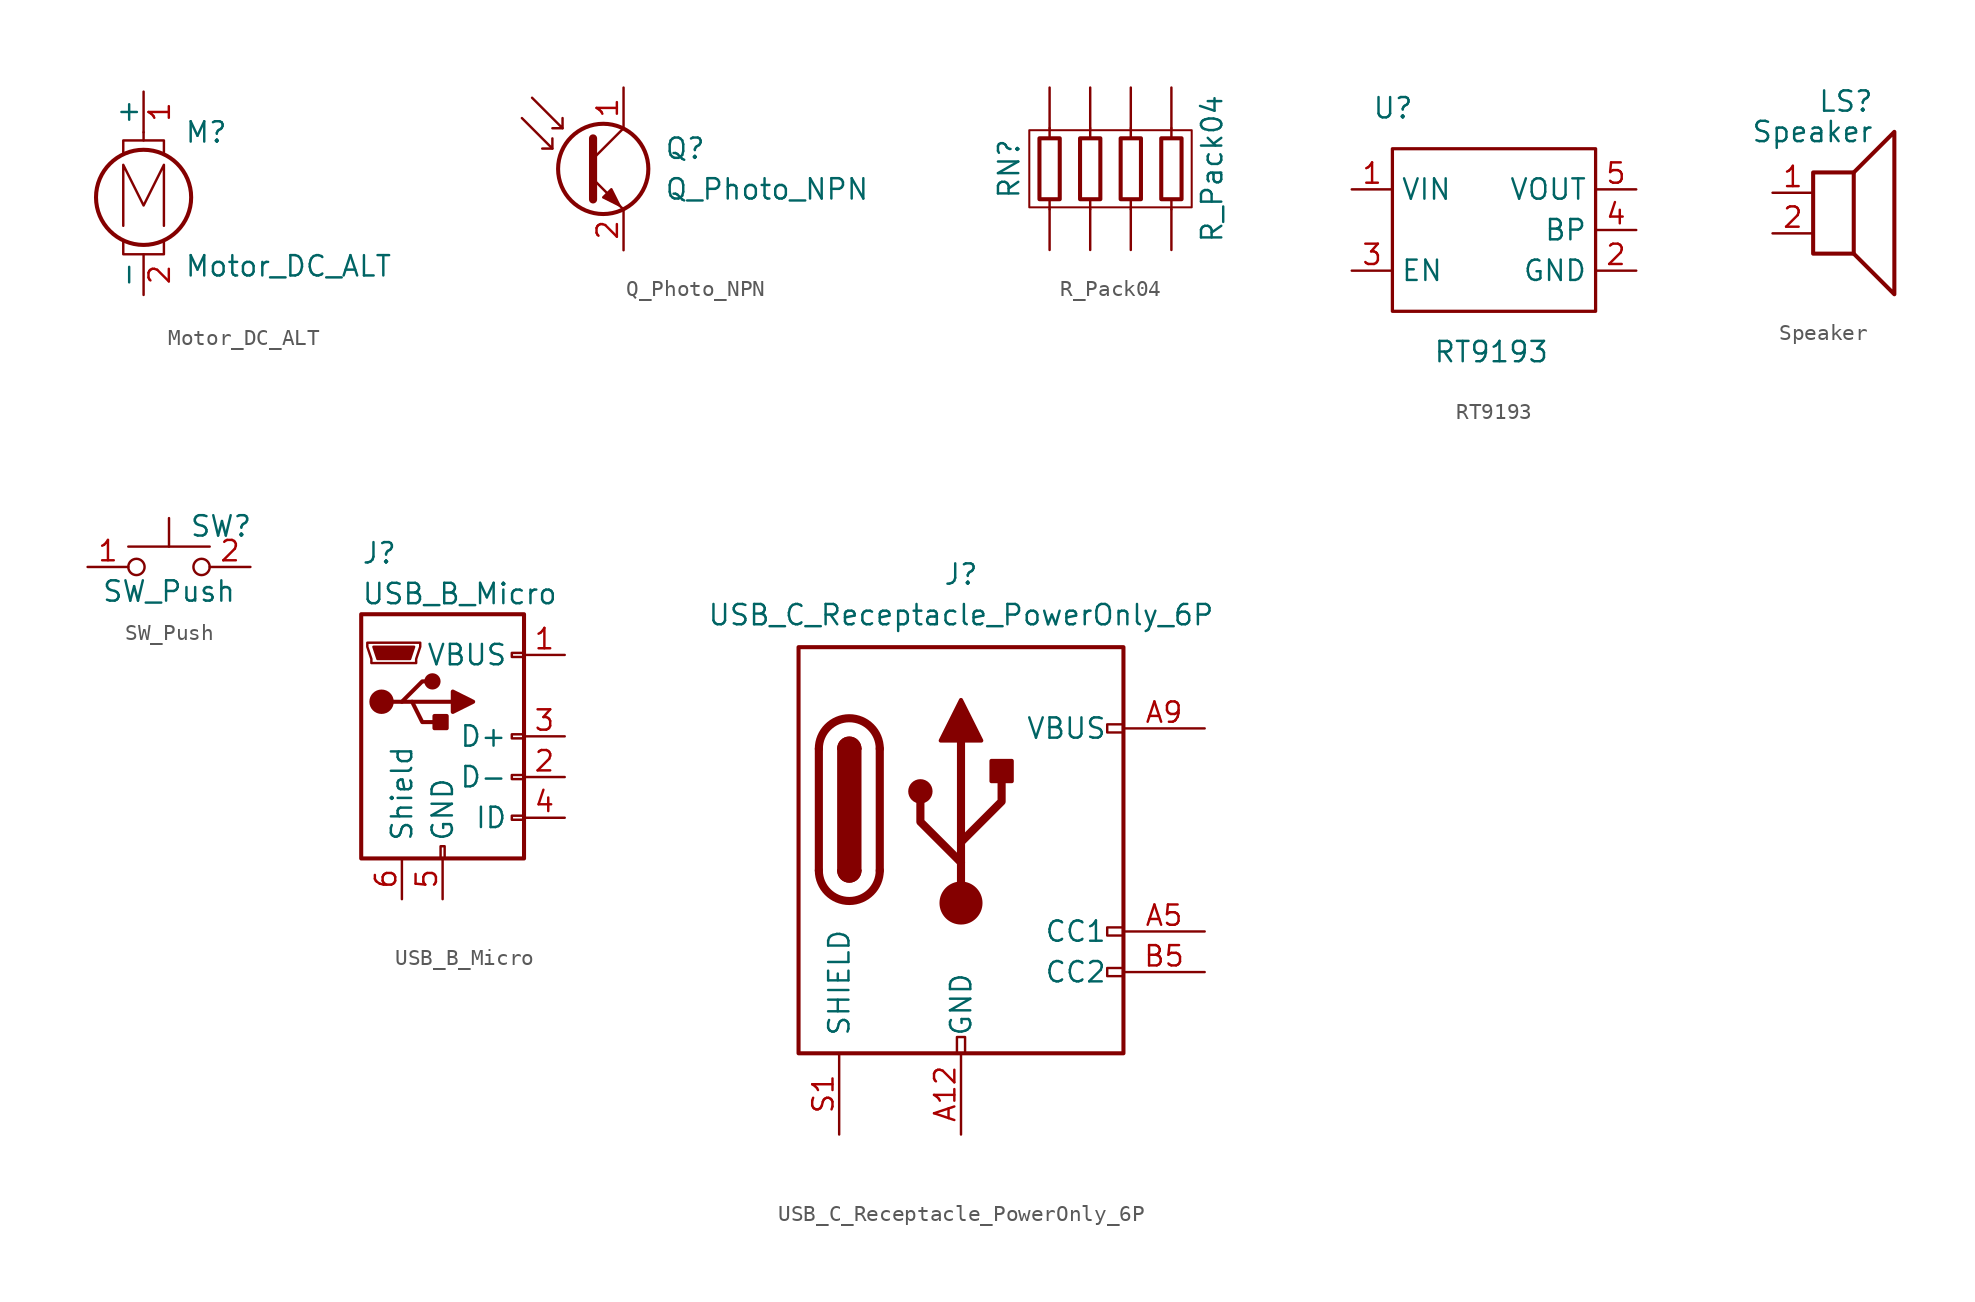
<source format=kicad_sym>
(kicad_symbol_lib
  (version 20231120)
  (generator "kicad_symbol_editor")
  (generator_version "8.0")
  (symbol "Motor_DC_ALT"
    (pin_names
      (offset 0))
    (property "Reference" "M"
      (at 2.54 2.54 0)
      (effects (font (size 1.27 1.27)) (justify left)))
    (property "Value" "Motor_DC_ALT"
      (at 2.54 -5.08 0)
      (effects (font (size 1.27 1.27)) (justify left top)))
    (symbol "Motor_DC_ALT_0_0"
      (circle (center 0 -1.524) (radius 2.972) (stroke (width 0.254) (type solid)) (fill (type none)))
      (polyline (pts (xy -1.27 -4.318) (xy -1.27 -5.08) (xy 1.27 -5.08) (xy 1.27 -4.318)) (stroke (width 0) (type solid)) (fill (type none)))
      (polyline (pts (xy -1.27 1.27) (xy -1.27 2.032) (xy 1.27 2.032) (xy 1.27 1.27)) (stroke (width 0) (type solid)) (fill (type none)))
      (polyline (pts (xy -1.27 -3.302) (xy -1.27 0.508) (xy 0 -2.032) (xy 1.27 0.508) (xy 1.27 -3.302)) (stroke (width 0) (type solid)) (fill (type none))))
    (symbol "Motor_DC_ALT_0_1"
      (polyline (pts (xy 0 2.032) (xy 0 2.54)) (stroke (width 0) (type solid)) (fill (type none))))
    (symbol "Motor_DC_ALT_1_1"
      (pin passive line (at 0 5.08 270) (length 2.54) (name "+" (effects (font (size 1.27 1.27)))) (number "1" (effects (font (size 1.27 1.27)))))
      (pin passive line (at 0 -7.62 90) (length 2.54) (name "-" (effects (font (size 1.27 1.27)))) (number "2" (effects (font (size 1.27 1.27)))))))
  (symbol "Q_Photo_NPN"
    (pin_names
      (offset 0) hide)
    (property "Reference" "Q"
      (at 3.81 1.27 0)
      (effects (font (size 1.27 1.27)) (justify left)))
    (property "Value" "Q_Photo_NPN"
      (at 3.81 -1.27 0)
      (effects (font (size 1.27 1.27)) (justify left)))
    (symbol "Q_Photo_NPN_0_1"
      (polyline (pts (xy -3.175 1.27) (xy -3.81 1.27)) (stroke (width 0) (type solid)) (fill (type none)))
      (polyline (pts (xy -2.54 2.54) (xy -3.175 2.54)) (stroke (width 0) (type solid)) (fill (type none)))
      (polyline (pts (xy -0.635 0.635) (xy 1.27 2.54)) (stroke (width 0) (type solid)) (fill (type none)))
      (polyline (pts (xy -5.08 3.175) (xy -3.175 1.27) (xy -3.175 1.905)) (stroke (width 0) (type solid)) (fill (type none)))
      (polyline (pts (xy -4.445 4.445) (xy -2.54 2.54) (xy -2.54 3.175)) (stroke (width 0) (type solid)) (fill (type none)))
      (polyline (pts (xy -0.635 -0.635) (xy 1.27 -2.54) (xy 1.27 -2.54)) (stroke (width 0) (type solid)) (fill (type none)))
      (polyline (pts (xy -0.635 1.905) (xy -0.635 -1.905) (xy -0.635 -1.905)) (stroke (width 0.508) (type solid)) (fill (type none)))
      (polyline (pts (xy 0 -1.778) (xy 0.508 -1.27) (xy 1.016 -2.286) (xy 0 -1.778) (xy 0 -1.778)) (stroke (width 0) (type solid)) (fill (type outline)))
      (circle (center 0 0) (radius 2.819) (stroke (width 0.254) (type solid)) (fill (type none))))
    (symbol "Q_Photo_NPN_1_1"
      (pin passive line (at 1.27 5.08 270) (length 2.54) (name "C" (effects (font (size 1.27 1.27)))) (number "1" (effects (font (size 1.27 1.27)))))
      (pin passive line (at 1.27 -5.08 90) (length 2.54) (name "E" (effects (font (size 1.27 1.27)))) (number "2" (effects (font (size 1.27 1.27)))))))
  (symbol "R_Pack04"
    (pin_numbers hide)
    (pin_names
      (offset 0) hide)
    (property "Reference" "RN"
      (at -7.62 0 90)
      (effects (font (size 1.27 1.27))))
    (property "Value" "R_Pack04"
      (at 5.08 0 90)
      (effects (font (size 1.27 1.27))))
    (symbol "R_Pack04_0_1"
      (rectangle (start -6.35 -2.413) (end 3.81 2.413) (stroke (width 0.127) (type solid)) (fill (type none)))
      (rectangle (start -5.715 1.905) (end -4.445 -1.905) (stroke (width 0.254) (type solid)) (fill (type none)))
      (rectangle (start -3.175 1.905) (end -1.905 -1.905) (stroke (width 0.254) (type solid)) (fill (type none)))
      (rectangle (start -0.635 1.905) (end 0.635 -1.905) (stroke (width 0.254) (type solid)) (fill (type none)))
      (polyline (pts (xy -5.08 -2.54) (xy -5.08 -1.905)) (stroke (width 0) (type solid)) (fill (type none)))
      (polyline (pts (xy -5.08 1.905) (xy -5.08 2.54)) (stroke (width 0) (type solid)) (fill (type none)))
      (polyline (pts (xy -2.54 -2.54) (xy -2.54 -1.905)) (stroke (width 0) (type solid)) (fill (type none)))
      (polyline (pts (xy -2.54 1.905) (xy -2.54 2.54)) (stroke (width 0) (type solid)) (fill (type none)))
      (polyline (pts (xy 0 -2.54) (xy 0 -1.905)) (stroke (width 0) (type solid)) (fill (type none)))
      (polyline (pts (xy 0 1.905) (xy 0 2.54)) (stroke (width 0) (type solid)) (fill (type none)))
      (polyline (pts (xy 2.54 -2.54) (xy 2.54 -1.905)) (stroke (width 0) (type solid)) (fill (type none)))
      (polyline (pts (xy 2.54 1.905) (xy 2.54 2.54)) (stroke (width 0) (type solid)) (fill (type none)))
      (rectangle (start 1.905 1.905) (end 3.175 -1.905) (stroke (width 0.254) (type solid)) (fill (type none))))
    (symbol "R_Pack04_1_1"
      (pin passive line (at -5.08 -5.08 90) (length 2.54) (name "R1.1" (effects (font (size 1.27 1.27)))) (number "1" (effects (font (size 1.27 1.27)))))
      (pin passive line (at -2.54 -5.08 90) (length 2.54) (name "R2.1" (effects (font (size 1.27 1.27)))) (number "2" (effects (font (size 1.27 1.27)))))
      (pin passive line (at 0 -5.08 90) (length 2.54) (name "R3.1" (effects (font (size 1.27 1.27)))) (number "3" (effects (font (size 1.27 1.27)))))
      (pin passive line (at 2.54 -5.08 90) (length 2.54) (name "R4.1" (effects (font (size 1.27 1.27)))) (number "4" (effects (font (size 1.27 1.27)))))
      (pin passive line (at 2.54 5.08 270) (length 2.54) (name "R4.2" (effects (font (size 1.27 1.27)))) (number "5" (effects (font (size 1.27 1.27)))))
      (pin passive line (at 0 5.08 270) (length 2.54) (name "R3.2" (effects (font (size 1.27 1.27)))) (number "6" (effects (font (size 1.27 1.27)))))
      (pin passive line (at -2.54 5.08 270) (length 2.54) (name "R2.2" (effects (font (size 1.27 1.27)))) (number "7" (effects (font (size 1.27 1.27)))))
      (pin passive line (at -5.08 5.08 270) (length 2.54) (name "R1.2" (effects (font (size 1.27 1.27)))) (number "8" (effects (font (size 1.27 1.27)))))))
  (symbol "RT9193"
    (property "Reference" "U"
      (at -7.62 7.62 0)
      (effects (font (size 1.27 1.27)) (justify left)))
    (property "Value" "RT9193"
      (at -3.81 -7.62 0)
      (effects (font (size 1.27 1.27)) (justify left)))
    (symbol "RT9193_0_0"
      (pin bidirectional line (at -8.89 2.54 0) (length 2.54) (name "VIN" (effects (font (size 1.27 1.27)))) (number "1" (effects (font (size 1.27 1.27)))))
      (pin bidirectional line (at 8.89 -2.54 180) (length 2.54) (name "GND" (effects (font (size 1.27 1.27)))) (number "2" (effects (font (size 1.27 1.27)))))
      (pin bidirectional line (at -8.89 -2.54 0) (length 2.54) (name "EN" (effects (font (size 1.27 1.27)))) (number "3" (effects (font (size 1.27 1.27)))))
      (pin bidirectional line (at 8.89 0 180) (length 2.54) (name "BP" (effects (font (size 1.27 1.27)))) (number "4" (effects (font (size 1.27 1.27)))))
      (pin bidirectional line (at 8.89 2.54 180) (length 2.54) (name "VOUT" (effects (font (size 1.27 1.27)))) (number "5" (effects (font (size 1.27 1.27))))))
    (symbol "RT9193_0_1"
      (polyline (pts (xy -6.35 5.08) (xy 6.35 5.08) (xy 6.35 -5.08) (xy -6.35 -5.08) (xy -6.35 5.08)) (stroke (width 0.203) (type solid)) (fill (type none)))))
  (symbol "Speaker"
    (pin_names
      (offset 0) hide)
    (property "Reference" "LS"
      (at 1.27 5.715 0)
      (effects (font (size 1.27 1.27)) (justify right)))
    (property "Value" "Speaker"
      (at 1.27 3.81 0)
      (effects (font (size 1.27 1.27)) (justify right)))
    (symbol "Speaker_0_0"
      (rectangle (start -2.54 1.27) (end 0 -3.81) (stroke (width 0.254) (type solid)) (fill (type none)))
      (polyline (pts (xy 0 1.27) (xy 2.54 3.81) (xy 2.54 -6.35) (xy 0 -3.81)) (stroke (width 0.254) (type solid)) (fill (type none))))
    (symbol "Speaker_1_1"
      (pin input line (at -5.08 0 0) (length 2.54) (name "1" (effects (font (size 1.27 1.27)))) (number "1" (effects (font (size 1.27 1.27)))))
      (pin input line (at -5.08 -2.54 0) (length 2.54) (name "2" (effects (font (size 1.27 1.27)))) (number "2" (effects (font (size 1.27 1.27)))))))
  (symbol "SW_Push"
    (pin_names
      (offset 1.016) hide)
    (property "Reference" "SW"
      (at 1.27 2.54 0)
      (effects (font (size 1.27 1.27)) (justify left)))
    (property "Value" "SW_Push"
      (at 0 -1.524 0)
      (effects (font (size 1.27 1.27))))
    (symbol "SW_Push_0_1"
      (circle (center -2.032 0) (radius 0.508) (stroke (width 0) (type solid)) (fill (type none)))
      (polyline (pts (xy 0 1.27) (xy 0 3.048)) (stroke (width 0) (type solid)) (fill (type none)))
      (polyline (pts (xy 2.54 1.27) (xy -2.54 1.27)) (stroke (width 0) (type solid)) (fill (type none)))
      (circle (center 2.032 0) (radius 0.508) (stroke (width 0) (type solid)) (fill (type none)))
      (pin passive line (at -5.08 0 0) (length 2.54) (name "1" (effects (font (size 1.27 1.27)))) (number "1" (effects (font (size 1.27 1.27)))))
      (pin passive line (at 5.08 0 180) (length 2.54) (name "2" (effects (font (size 1.27 1.27)))) (number "2" (effects (font (size 1.27 1.27)))))))
  (symbol "USB_B_Micro"
    (pin_names
      (offset 1.016))
    (property "Reference" "J"
      (at -5.08 11.43 0)
      (effects (font (size 1.27 1.27)) (justify left)))
    (property "Value" "USB_B_Micro"
      (at -5.08 8.89 0)
      (effects (font (size 1.27 1.27)) (justify left)))
    (symbol "USB_B_Micro_0_1"
      (rectangle (start -5.08 -7.62) (end 5.08 7.62) (stroke (width 0.254) (type solid)) (fill (type none)))
      (circle (center -3.81 2.159) (radius 0.635) (stroke (width 0.254) (type solid)) (fill (type outline)))
      (circle (center -0.635 3.429) (radius 0.381) (stroke (width 0.254) (type solid)) (fill (type outline)))
      (rectangle (start -0.127 -7.62) (end 0.127 -6.858) (stroke (width 0) (type solid)) (fill (type none)))
      (polyline (pts (xy -1.905 2.159) (xy 0.635 2.159)) (stroke (width 0.254) (type solid)) (fill (type none)))
      (polyline (pts (xy -3.175 2.159) (xy -2.54 2.159) (xy -1.27 3.429) (xy -0.635 3.429)) (stroke (width 0.254) (type solid)) (fill (type none)))
      (polyline (pts (xy -2.54 2.159) (xy -1.905 2.159) (xy -1.27 0.889) (xy 0 0.889)) (stroke (width 0.254) (type solid)) (fill (type none)))
      (polyline (pts (xy 0.635 2.794) (xy 0.635 1.524) (xy 1.905 2.159) (xy 0.635 2.794)) (stroke (width 0.254) (type solid)) (fill (type outline)))
      (polyline (pts (xy -4.318 5.588) (xy -1.778 5.588) (xy -2.032 4.826) (xy -4.064 4.826) (xy -4.318 5.588)) (stroke (width 0) (type solid)) (fill (type outline)))
      (polyline (pts (xy -4.699 5.842) (xy -4.699 5.588) (xy -4.445 4.826) (xy -4.445 4.572) (xy -1.651 4.572) (xy -1.651 4.826) (xy -1.397 5.588) (xy -1.397 5.842) (xy -4.699 5.842)) (stroke (width 0) (type solid)) (fill (type none)))
      (rectangle (start 0.254 1.27) (end -0.508 0.508) (stroke (width 0.254) (type solid)) (fill (type outline)))
      (rectangle (start 5.08 -5.207) (end 4.318 -4.953) (stroke (width 0) (type solid)) (fill (type none)))
      (rectangle (start 5.08 -2.667) (end 4.318 -2.413) (stroke (width 0) (type solid)) (fill (type none)))
      (rectangle (start 5.08 -0.127) (end 4.318 0.127) (stroke (width 0) (type solid)) (fill (type none)))
      (rectangle (start 5.08 4.953) (end 4.318 5.207) (stroke (width 0) (type solid)) (fill (type none))))
    (symbol "USB_B_Micro_1_1"
      (pin power_out line (at 7.62 5.08 180) (length 2.54) (name "VBUS" (effects (font (size 1.27 1.27)))) (number "1" (effects (font (size 1.27 1.27)))))
      (pin passive line (at 7.62 -2.54 180) (length 2.54) (name "D-" (effects (font (size 1.27 1.27)))) (number "2" (effects (font (size 1.27 1.27)))))
      (pin passive line (at 7.62 0 180) (length 2.54) (name "D+" (effects (font (size 1.27 1.27)))) (number "3" (effects (font (size 1.27 1.27)))))
      (pin passive line (at 7.62 -5.08 180) (length 2.54) (name "ID" (effects (font (size 1.27 1.27)))) (number "4" (effects (font (size 1.27 1.27)))))
      (pin power_out line (at 0 -10.16 90) (length 2.54) (name "GND" (effects (font (size 1.27 1.27)))) (number "5" (effects (font (size 1.27 1.27)))))
      (pin passive line (at -2.54 -10.16 90) (length 2.54) (name "Shield" (effects (font (size 1.27 1.27)))) (number "6" (effects (font (size 1.27 1.27)))))))
  (symbol "USB_C_Receptacle_PowerOnly_6P"
    (pin_names
      (offset 1.016))
    (property "Reference" "J"
      (at 0 16.51 0)
      (effects (font (size 1.27 1.27)) (justify bottom)))
    (property "Value" "USB_C_Receptacle_PowerOnly_6P"
      (at 0 13.97 0)
      (effects (font (size 1.27 1.27)) (justify bottom)))
    (symbol "USB_C_Receptacle_PowerOnly_6P_0_0"
      (rectangle (start -0.254 -12.7) (end 0.254 -11.684) (stroke (width 0) (type default)) (fill (type none)))
      (rectangle (start 10.16 -7.366) (end 9.144 -7.874) (stroke (width 0) (type default)) (fill (type none)))
      (rectangle (start 10.16 -4.826) (end 9.144 -5.334) (stroke (width 0) (type default)) (fill (type none)))
      (rectangle (start 10.16 7.874) (end 9.144 7.366) (stroke (width 0) (type default)) (fill (type none))))
    (symbol "USB_C_Receptacle_PowerOnly_6P_0_1"
      (arc (start -8.89 -1.27) (mid -6.985 -3.1667) (end -5.08 -1.27) (stroke (width 0.508) (type default)) (fill (type none)))
      (arc (start -7.62 -1.27) (mid -6.985 -1.9023) (end -6.35 -1.27) (stroke (width 0.254) (type default)) (fill (type none)))
      (arc (start -7.62 -1.27) (mid -6.985 -1.9023) (end -6.35 -1.27) (stroke (width 0.254) (type default)) (fill (type outline)))
      (rectangle (start -7.62 -1.27) (end -6.35 6.35) (stroke (width 0.254) (type default)) (fill (type outline)))
      (arc (start -6.35 6.35) (mid -6.985 6.9823) (end -7.62 6.35) (stroke (width 0.254) (type default)) (fill (type none)))
      (arc (start -6.35 6.35) (mid -6.985 6.9823) (end -7.62 6.35) (stroke (width 0.254) (type default)) (fill (type outline)))
      (arc (start -5.08 6.35) (mid -6.985 8.2467) (end -8.89 6.35) (stroke (width 0.508) (type default)) (fill (type none)))
      (circle (center -2.54 3.683) (radius 0.635) (stroke (width 0.254) (type default)) (fill (type outline)))
      (circle (center 0 -3.302) (radius 1.27) (stroke (width 0) (type default)) (fill (type outline)))
      (polyline (pts (xy -8.89 -1.27) (xy -8.89 6.35)) (stroke (width 0.508) (type default)) (fill (type none)))
      (polyline (pts (xy -5.08 6.35) (xy -5.08 -1.27)) (stroke (width 0.508) (type default)) (fill (type none)))
      (polyline (pts (xy 0 -3.302) (xy 0 6.858)) (stroke (width 0.508) (type default)) (fill (type none)))
      (polyline (pts (xy 0 -0.762) (xy -2.54 1.778) (xy -2.54 3.048)) (stroke (width 0.508) (type default)) (fill (type none)))
      (polyline (pts (xy 0 0.508) (xy 2.54 3.048) (xy 2.54 4.318)) (stroke (width 0.508) (type default)) (fill (type none)))
      (polyline (pts (xy -1.27 6.858) (xy 0 9.398) (xy 1.27 6.858) (xy -1.27 6.858)) (stroke (width 0.254) (type default)) (fill (type outline)))
      (rectangle (start 1.905 4.318) (end 3.175 5.588) (stroke (width 0.254) (type default)) (fill (type outline))))
    (symbol "USB_C_Receptacle_PowerOnly_6P_1_1"
      (rectangle (start -10.16 12.7) (end 10.16 -12.7) (stroke (width 0.254) (type default)) (fill (type none)))
      (pin passive line (at 0 -17.78 90) (length 5.08) (name "GND" (effects (font (size 1.27 1.27)))) (number "A12" (effects (font (size 1.27 1.27)))))
      (pin bidirectional line (at 15.24 -5.08 180) (length 5.08) (name "CC1" (effects (font (size 1.27 1.27)))) (number "A5" (effects (font (size 1.27 1.27)))))
      (pin passive line (at 15.24 7.62 180) (length 5.08) (name "VBUS" (effects (font (size 1.27 1.27)))) (number "A9" (effects (font (size 1.27 1.27)))))
      (pin passive line (at 0 -17.78 90) (length 5.08) hide (name "GND" (effects (font (size 1.27 1.27)))) (number "B12" (effects (font (size 1.27 1.27)))))
      (pin bidirectional line (at 15.24 -7.62 180) (length 5.08) (name "CC2" (effects (font (size 1.27 1.27)))) (number "B5" (effects (font (size 1.27 1.27)))))
      (pin passive line (at 15.24 7.62 180) (length 5.08) hide (name "VBUS" (effects (font (size 1.27 1.27)))) (number "B9" (effects (font (size 1.27 1.27)))))
      (pin passive line (at -7.62 -17.78 90) (length 5.08) (name "SHIELD" (effects (font (size 1.27 1.27)))) (number "S1" (effects (font (size 1.27 1.27))))))))
</source>
